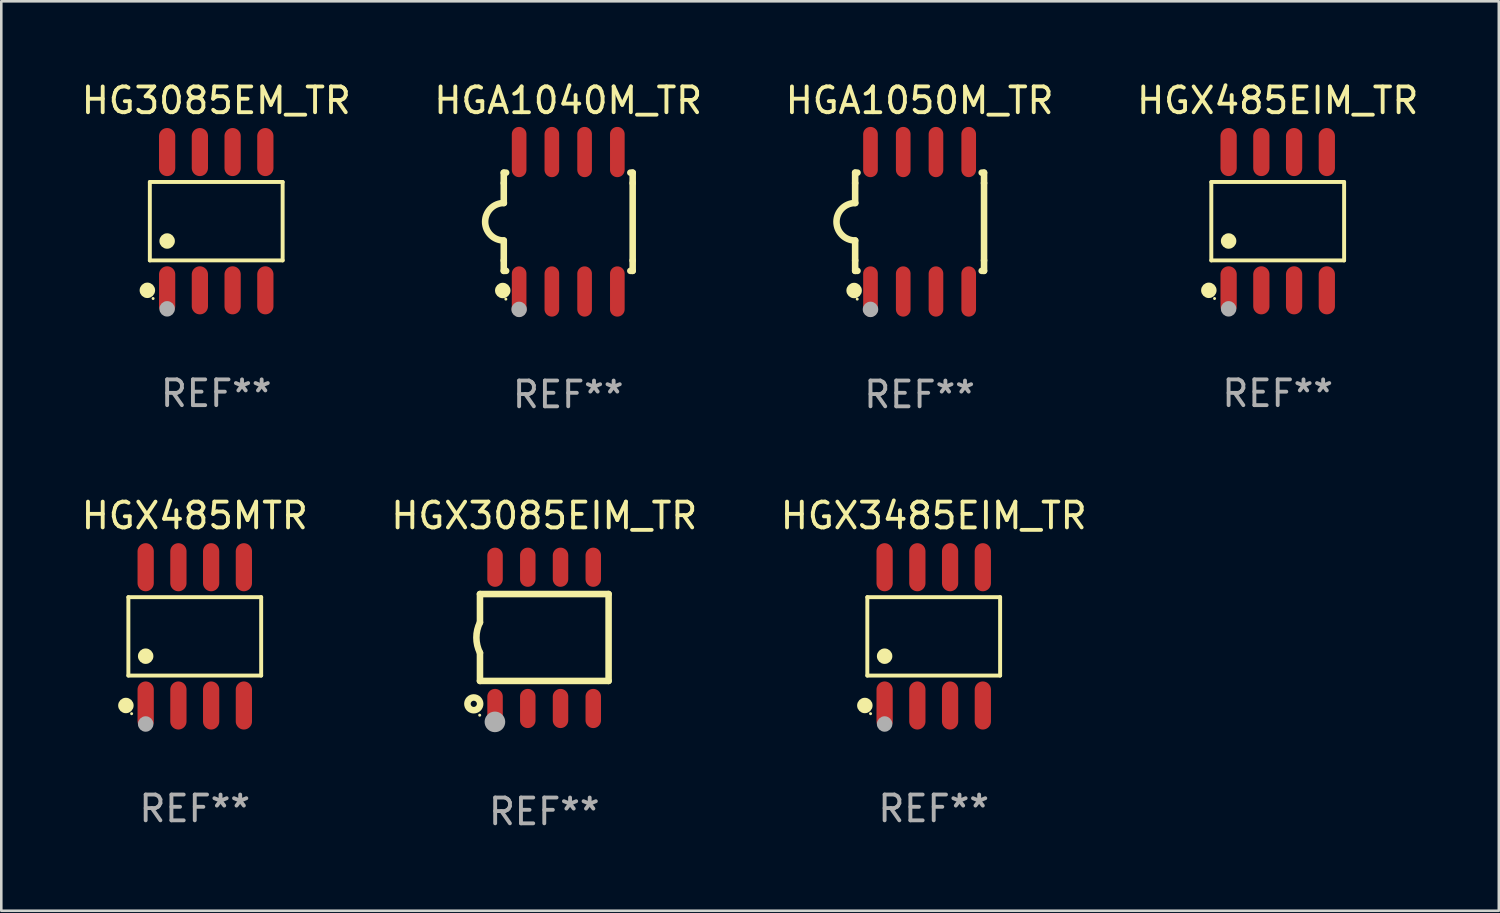
<source format=kicad_pcb>
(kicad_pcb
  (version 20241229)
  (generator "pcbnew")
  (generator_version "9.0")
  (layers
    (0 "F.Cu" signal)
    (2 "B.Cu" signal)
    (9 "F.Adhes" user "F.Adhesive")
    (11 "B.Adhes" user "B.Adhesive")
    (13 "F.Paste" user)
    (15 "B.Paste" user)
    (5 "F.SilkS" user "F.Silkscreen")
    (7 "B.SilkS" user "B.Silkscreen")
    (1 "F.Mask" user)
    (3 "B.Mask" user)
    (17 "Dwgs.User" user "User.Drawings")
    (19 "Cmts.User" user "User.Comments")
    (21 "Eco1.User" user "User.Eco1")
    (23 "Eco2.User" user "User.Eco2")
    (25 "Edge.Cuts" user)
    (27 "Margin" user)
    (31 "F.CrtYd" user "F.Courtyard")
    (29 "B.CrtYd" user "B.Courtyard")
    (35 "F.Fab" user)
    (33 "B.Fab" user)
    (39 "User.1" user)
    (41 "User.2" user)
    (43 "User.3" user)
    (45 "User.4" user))
  (footprint "HGX3485EIM_TR"
    (layer "F.Cu")
    (at 33.173 21.637)
    (property "Reference" "HGX3485EIM_TR" (at 0 -4.682 0) (layer "F.SilkS") (effects (font (size 1 1) (thickness 0.15))))
    (attr through_hole)
    (fp_line (start -2.576 -1.521) (end 2.576 -1.521) (stroke (width 0.152) (type solid)) (layer "F.SilkS"))
    (fp_line (start -2.576 1.521) (end -2.576 -1.521) (stroke (width 0.152) (type solid)) (layer "F.SilkS"))
    (fp_line (start 2.576 -1.521) (end 2.576 1.521) (stroke (width 0.152) (type solid)) (layer "F.SilkS"))
    (fp_line (start 2.576 1.521) (end -2.576 1.521) (stroke (width 0.152) (type solid)) (layer "F.SilkS"))
    (fp_circle (center -2.672 2.682) (end -2.522 2.682) (stroke (width 0.3) (type solid)) (fill no) (layer "F.SilkS"))
    (fp_circle (center -2.45 3) (end -2.42 3) (stroke (width 0.06) (type solid)) (fill no) (layer "F.SilkS"))
    (fp_circle (center -1.905 0.769) (end -1.755 0.769) (stroke (width 0.3) (type solid)) (fill no) (layer "F.SilkS"))
    (fp_circle (center -1.905 3.4) (end -1.755 3.4) (stroke (width 0.3) (type solid)) (fill no) (layer "F.Fab"))
    (fp_text user "REF**" (at 0 6.682 0) (layer "F.Fab") (effects (font (size 1 1) (thickness 0.15))))
    (pad "1" smd oval (at -1.905 2.682) (size 0.63 1.865) (layers "F.Cu" "F.Mask" "F.Paste"))
    (pad "2" smd oval (at -0.635 2.682) (size 0.63 1.865) (layers "F.Cu" "F.Mask" "F.Paste"))
    (pad "3" smd oval (at 0.635 2.682) (size 0.63 1.865) (layers "F.Cu" "F.Mask" "F.Paste"))
    (pad "4" smd oval (at 1.905 2.682) (size 0.63 1.865) (layers "F.Cu" "F.Mask" "F.Paste"))
    (pad "5" smd oval (at 1.905 -2.682) (size 0.63 1.865) (layers "F.Cu" "F.Mask" "F.Paste"))
    (pad "6" smd oval (at 0.635 -2.682) (size 0.63 1.865) (layers "F.Cu" "F.Mask" "F.Paste"))
    (pad "7" smd oval (at -0.635 -2.682) (size 0.63 1.865) (layers "F.Cu" "F.Mask" "F.Paste"))
    (pad "8" smd oval (at -1.905 -2.682) (size 0.63 1.865) (layers "F.Cu" "F.Mask" "F.Paste")))
  (footprint "HGX485EIM_TR"
    (layer "F.Cu")
    (at 46.518 5.531)
    (property "Reference" "HGX485EIM_TR" (at 0 -4.682 0) (layer "F.SilkS") (effects (font (size 1 1) (thickness 0.15))))
    (attr through_hole)
    (fp_line (start -2.576 -1.521) (end 2.576 -1.521) (stroke (width 0.152) (type solid)) (layer "F.SilkS"))
    (fp_line (start -2.576 1.521) (end -2.576 -1.521) (stroke (width 0.152) (type solid)) (layer "F.SilkS"))
    (fp_line (start 2.576 -1.521) (end 2.576 1.521) (stroke (width 0.152) (type solid)) (layer "F.SilkS"))
    (fp_line (start 2.576 1.521) (end -2.576 1.521) (stroke (width 0.152) (type solid)) (layer "F.SilkS"))
    (fp_circle (center -2.672 2.682) (end -2.522 2.682) (stroke (width 0.3) (type solid)) (fill no) (layer "F.SilkS"))
    (fp_circle (center -2.45 3) (end -2.42 3) (stroke (width 0.06) (type solid)) (fill no) (layer "F.SilkS"))
    (fp_circle (center -1.905 0.769) (end -1.755 0.769) (stroke (width 0.3) (type solid)) (fill no) (layer "F.SilkS"))
    (fp_circle (center -1.905 3.4) (end -1.755 3.4) (stroke (width 0.3) (type solid)) (fill no) (layer "F.Fab"))
    (fp_text user "REF**" (at 0 6.682 0) (layer "F.Fab") (effects (font (size 1 1) (thickness 0.15))))
    (pad "1" smd oval (at -1.905 2.682) (size 0.63 1.865) (layers "F.Cu" "F.Mask" "F.Paste"))
    (pad "2" smd oval (at -0.635 2.682) (size 0.63 1.865) (layers "F.Cu" "F.Mask" "F.Paste"))
    (pad "3" smd oval (at 0.635 2.682) (size 0.63 1.865) (layers "F.Cu" "F.Mask" "F.Paste"))
    (pad "4" smd oval (at 1.905 2.682) (size 0.63 1.865) (layers "F.Cu" "F.Mask" "F.Paste"))
    (pad "5" smd oval (at 1.905 -2.682) (size 0.63 1.865) (layers "F.Cu" "F.Mask" "F.Paste"))
    (pad "6" smd oval (at 0.635 -2.682) (size 0.63 1.865) (layers "F.Cu" "F.Mask" "F.Paste"))
    (pad "7" smd oval (at -0.635 -2.682) (size 0.63 1.865) (layers "F.Cu" "F.Mask" "F.Paste"))
    (pad "8" smd oval (at -1.905 -2.682) (size 0.63 1.865) (layers "F.Cu" "F.Mask" "F.Paste")))
  (footprint "HGA1040M_TR"
    (layer "F.Cu")
    (at 18.994 5.553)
    (property "Reference" "HGA1040M_TR" (at 0 -4.705 0) (layer "F.SilkS") (effects (font (size 1 1) (thickness 0.15))))
    (attr through_hole)
    (fp_line (start -2.5 -1.905) (end -2.409 -1.905) (stroke (width 0.254) (type solid)) (layer "F.SilkS"))
    (fp_line (start -2.5 -1.5) (end -2.5 -1.905) (stroke (width 0.254) (type solid)) (layer "F.SilkS"))
    (fp_line (start -2.5 -1.5) (end -2.5 -0.726) (stroke (width 0.254) (type solid)) (layer "F.SilkS"))
    (fp_line (start -2.5 1.5) (end -2.5 0.727) (stroke (width 0.254) (type solid)) (layer "F.SilkS"))
    (fp_line (start -2.5 1.5) (end -2.5 1.905) (stroke (width 0.254) (type solid)) (layer "F.SilkS"))
    (fp_line (start -2.5 1.905) (end -2.409 1.905) (stroke (width 0.254) (type solid)) (layer "F.SilkS"))
    (fp_line (start 2.5 -1.905) (end 2.409 -1.905) (stroke (width 0.254) (type solid)) (layer "F.SilkS"))
    (fp_line (start 2.5 -1.5) (end 2.5 -1.905) (stroke (width 0.254) (type solid)) (layer "F.SilkS"))
    (fp_line (start 2.5 -1.5) (end 2.5 1.5) (stroke (width 0.254) (type solid)) (layer "F.SilkS"))
    (fp_line (start 2.5 1.5) (end 2.5 1.905) (stroke (width 0.254) (type solid)) (layer "F.SilkS"))
    (fp_line (start 2.5 1.905) (end 2.409 1.905) (stroke (width 0.254) (type solid)) (layer "F.SilkS"))
    (fp_arc (start -2.5 0.726568) (mid -3.220316 -0.0023) (end -2.495097 -0.726289) (stroke (width 0.254001) (type solid)) (layer "F.SilkS"))
    (fp_circle (center -2.54 2.667) (end -2.39 2.667) (stroke (width 0.3) (type solid)) (fill no) (layer "F.SilkS"))
    (fp_circle (center -2.42 3) (end -2.39 3) (stroke (width 0.06) (type solid)) (fill no) (layer "F.SilkS"))
    (fp_circle (center -1.905 3.4) (end -1.755 3.4) (stroke (width 0.3) (type solid)) (fill no) (layer "F.Fab"))
    (fp_text user "REF**" (at 0 6.705 0) (layer "F.Fab") (effects (font (size 1 1) (thickness 0.15))))
    (pad "1" smd oval (at -1.905 2.705) (size 0.568 1.95) (layers "F.Cu" "F.Mask" "F.Paste"))
    (pad "2" smd oval (at -0.635 2.705) (size 0.568 1.95) (layers "F.Cu" "F.Mask" "F.Paste"))
    (pad "3" smd oval (at 0.635 2.705) (size 0.568 1.95) (layers "F.Cu" "F.Mask" "F.Paste"))
    (pad "4" smd oval (at 1.905 2.705) (size 0.568 1.95) (layers "F.Cu" "F.Mask" "F.Paste"))
    (pad "5" smd oval (at 1.905 -2.705) (size 0.568 1.95) (layers "F.Cu" "F.Mask" "F.Paste"))
    (pad "6" smd oval (at 0.635 -2.705) (size 0.568 1.95) (layers "F.Cu" "F.Mask" "F.Paste"))
    (pad "7" smd oval (at -0.635 -2.705) (size 0.568 1.95) (layers "F.Cu" "F.Mask" "F.Paste"))
    (pad "8" smd oval (at -1.905 -2.705) (size 0.568 1.95) (layers "F.Cu" "F.Mask" "F.Paste")))
  (footprint "HGX3085EIM_TR"
    (layer "F.Cu")
    (at 18.065 21.695)
    (property "Reference" "HGX3085EIM_TR" (at 0 -4.74 0) (layer "F.SilkS") (effects (font (size 1 1) (thickness 0.15))))
    (attr through_hole)
    (fp_line (start -2.495 -1.7) (end 2.495 -1.7) (stroke (width 0.254) (type solid)) (layer "F.SilkS"))
    (fp_line (start -2.495 -0.6) (end -2.495 -1.7) (stroke (width 0.254) (type solid)) (layer "F.SilkS"))
    (fp_line (start -2.495 1.671) (end -2.495 0.58) (stroke (width 0.254) (type solid)) (layer "F.SilkS"))
    (fp_line (start 2.495 -1.7) (end 2.495 1.671) (stroke (width 0.254) (type solid)) (layer "F.SilkS"))
    (fp_line (start 2.495 1.671) (end -2.495 1.671) (stroke (width 0.254) (type solid)) (layer "F.SilkS"))
    (fp_arc (start -2.495009 0.58001) (mid -2.634112 -0.009995) (end -2.495009 -0.6) (stroke (width 0.254001) (type solid)) (layer "F.SilkS"))
    (fp_circle (center -2.735 2.56) (end -2.615 2.56) (stroke (width 0.254) (type solid)) (fill no) (layer "F.SilkS"))
    (fp_circle (center -2.505 3) (end -2.475 3) (stroke (width 0.06) (type solid)) (fill no) (layer "F.SilkS"))
    (fp_circle (center -1.915 3.26) (end -1.715 3.26) (stroke (width 0.4) (type solid)) (fill no) (layer "F.Fab"))
    (fp_text user "REF**" (at 0 6.74 0) (layer "F.Fab") (effects (font (size 1 1) (thickness 0.15))))
    (pad "1" smd oval (at -1.91 2.74) (size 0.6 1.52) (layers "F.Cu" "F.Mask" "F.Paste"))
    (pad "2" smd oval (at -0.64 2.74) (size 0.6 1.52) (layers "F.Cu" "F.Mask" "F.Paste"))
    (pad "3" smd oval (at 0.63 2.74) (size 0.6 1.52) (layers "F.Cu" "F.Mask" "F.Paste"))
    (pad "4" smd oval (at 1.9 2.74) (size 0.6 1.52) (layers "F.Cu" "F.Mask" "F.Paste"))
    (pad "5" smd oval (at 1.9 -2.74) (size 0.6 1.52) (layers "F.Cu" "F.Mask" "F.Paste"))
    (pad "6" smd oval (at 0.63 -2.74) (size 0.6 1.52) (layers "F.Cu" "F.Mask" "F.Paste"))
    (pad "7" smd oval (at -0.64 -2.74) (size 0.6 1.52) (layers "F.Cu" "F.Mask" "F.Paste"))
    (pad "8" smd oval (at -1.91 -2.74) (size 0.6 1.52) (layers "F.Cu" "F.Mask" "F.Paste")))
  (footprint "HG3085EM_TR"
    (layer "F.Cu")
    (at 5.339 5.531)
    (property "Reference" "HG3085EM_TR" (at 0 -4.682 0) (layer "F.SilkS") (effects (font (size 1 1) (thickness 0.15))))
    (attr through_hole)
    (fp_line (start -2.576 -1.521) (end 2.576 -1.521) (stroke (width 0.152) (type solid)) (layer "F.SilkS"))
    (fp_line (start -2.576 1.521) (end -2.576 -1.521) (stroke (width 0.152) (type solid)) (layer "F.SilkS"))
    (fp_line (start 2.576 -1.521) (end 2.576 1.521) (stroke (width 0.152) (type solid)) (layer "F.SilkS"))
    (fp_line (start 2.576 1.521) (end -2.576 1.521) (stroke (width 0.152) (type solid)) (layer "F.SilkS"))
    (fp_circle (center -2.672 2.682) (end -2.522 2.682) (stroke (width 0.3) (type solid)) (fill no) (layer "F.SilkS"))
    (fp_circle (center -2.45 3) (end -2.42 3) (stroke (width 0.06) (type solid)) (fill no) (layer "F.SilkS"))
    (fp_circle (center -1.905 0.769) (end -1.755 0.769) (stroke (width 0.3) (type solid)) (fill no) (layer "F.SilkS"))
    (fp_circle (center -1.905 3.4) (end -1.755 3.4) (stroke (width 0.3) (type solid)) (fill no) (layer "F.Fab"))
    (fp_text user "REF**" (at 0 6.682 0) (layer "F.Fab") (effects (font (size 1 1) (thickness 0.15))))
    (pad "1" smd oval (at -1.905 2.682) (size 0.63 1.865) (layers "F.Cu" "F.Mask" "F.Paste"))
    (pad "2" smd oval (at -0.635 2.682) (size 0.63 1.865) (layers "F.Cu" "F.Mask" "F.Paste"))
    (pad "3" smd oval (at 0.635 2.682) (size 0.63 1.865) (layers "F.Cu" "F.Mask" "F.Paste"))
    (pad "4" smd oval (at 1.905 2.682) (size 0.63 1.865) (layers "F.Cu" "F.Mask" "F.Paste"))
    (pad "5" smd oval (at 1.905 -2.682) (size 0.63 1.865) (layers "F.Cu" "F.Mask" "F.Paste"))
    (pad "6" smd oval (at 0.635 -2.682) (size 0.63 1.865) (layers "F.Cu" "F.Mask" "F.Paste"))
    (pad "7" smd oval (at -0.635 -2.682) (size 0.63 1.865) (layers "F.Cu" "F.Mask" "F.Paste"))
    (pad "8" smd oval (at -1.905 -2.682) (size 0.63 1.865) (layers "F.Cu" "F.Mask" "F.Paste")))
  (footprint "HGX485MTR"
    (layer "F.Cu")
    (at 4.506 21.637)
    (property "Reference" "HGX485MTR" (at 0 -4.682 0) (layer "F.SilkS") (effects (font (size 1 1) (thickness 0.15))))
    (attr through_hole)
    (fp_line (start -2.576 -1.521) (end 2.576 -1.521) (stroke (width 0.152) (type solid)) (layer "F.SilkS"))
    (fp_line (start -2.576 1.521) (end -2.576 -1.521) (stroke (width 0.152) (type solid)) (layer "F.SilkS"))
    (fp_line (start 2.576 -1.521) (end 2.576 1.521) (stroke (width 0.152) (type solid)) (layer "F.SilkS"))
    (fp_line (start 2.576 1.521) (end -2.576 1.521) (stroke (width 0.152) (type solid)) (layer "F.SilkS"))
    (fp_circle (center -2.672 2.682) (end -2.522 2.682) (stroke (width 0.3) (type solid)) (fill no) (layer "F.SilkS"))
    (fp_circle (center -2.45 3) (end -2.42 3) (stroke (width 0.06) (type solid)) (fill no) (layer "F.SilkS"))
    (fp_circle (center -1.905 0.769) (end -1.755 0.769) (stroke (width 0.3) (type solid)) (fill no) (layer "F.SilkS"))
    (fp_circle (center -1.905 3.4) (end -1.755 3.4) (stroke (width 0.3) (type solid)) (fill no) (layer "F.Fab"))
    (fp_text user "REF**" (at 0 6.682 0) (layer "F.Fab") (effects (font (size 1 1) (thickness 0.15))))
    (pad "1" smd oval (at -1.905 2.682) (size 0.63 1.865) (layers "F.Cu" "F.Mask" "F.Paste"))
    (pad "2" smd oval (at -0.635 2.682) (size 0.63 1.865) (layers "F.Cu" "F.Mask" "F.Paste"))
    (pad "3" smd oval (at 0.635 2.682) (size 0.63 1.865) (layers "F.Cu" "F.Mask" "F.Paste"))
    (pad "4" smd oval (at 1.905 2.682) (size 0.63 1.865) (layers "F.Cu" "F.Mask" "F.Paste"))
    (pad "5" smd oval (at 1.905 -2.682) (size 0.63 1.865) (layers "F.Cu" "F.Mask" "F.Paste"))
    (pad "6" smd oval (at 0.635 -2.682) (size 0.63 1.865) (layers "F.Cu" "F.Mask" "F.Paste"))
    (pad "7" smd oval (at -0.635 -2.682) (size 0.63 1.865) (layers "F.Cu" "F.Mask" "F.Paste"))
    (pad "8" smd oval (at -1.905 -2.682) (size 0.63 1.865) (layers "F.Cu" "F.Mask" "F.Paste")))
  (footprint "HGA1050M_TR"
    (layer "F.Cu")
    (at 32.625 5.553)
    (property "Reference" "HGA1050M_TR" (at 0 -4.705 0) (layer "F.SilkS") (effects (font (size 1 1) (thickness 0.15))))
    (attr through_hole)
    (fp_line (start -2.5 -1.905) (end -2.409 -1.905) (stroke (width 0.254) (type solid)) (layer "F.SilkS"))
    (fp_line (start -2.5 -1.5) (end -2.5 -1.905) (stroke (width 0.254) (type solid)) (layer "F.SilkS"))
    (fp_line (start -2.5 -1.5) (end -2.5 -0.726) (stroke (width 0.254) (type solid)) (layer "F.SilkS"))
    (fp_line (start -2.5 1.5) (end -2.5 0.727) (stroke (width 0.254) (type solid)) (layer "F.SilkS"))
    (fp_line (start -2.5 1.5) (end -2.5 1.905) (stroke (width 0.254) (type solid)) (layer "F.SilkS"))
    (fp_line (start -2.5 1.905) (end -2.409 1.905) (stroke (width 0.254) (type solid)) (layer "F.SilkS"))
    (fp_line (start 2.5 -1.905) (end 2.409 -1.905) (stroke (width 0.254) (type solid)) (layer "F.SilkS"))
    (fp_line (start 2.5 -1.5) (end 2.5 -1.905) (stroke (width 0.254) (type solid)) (layer "F.SilkS"))
    (fp_line (start 2.5 -1.5) (end 2.5 1.5) (stroke (width 0.254) (type solid)) (layer "F.SilkS"))
    (fp_line (start 2.5 1.5) (end 2.5 1.905) (stroke (width 0.254) (type solid)) (layer "F.SilkS"))
    (fp_line (start 2.5 1.905) (end 2.409 1.905) (stroke (width 0.254) (type solid)) (layer "F.SilkS"))
    (fp_arc (start -2.5 0.726568) (mid -3.220316 -0.0023) (end -2.495097 -0.726289) (stroke (width 0.254001) (type solid)) (layer "F.SilkS"))
    (fp_circle (center -2.54 2.667) (end -2.39 2.667) (stroke (width 0.3) (type solid)) (fill no) (layer "F.SilkS"))
    (fp_circle (center -2.42 3) (end -2.39 3) (stroke (width 0.06) (type solid)) (fill no) (layer "F.SilkS"))
    (fp_circle (center -1.905 3.4) (end -1.755 3.4) (stroke (width 0.3) (type solid)) (fill no) (layer "F.Fab"))
    (fp_text user "REF**" (at 0 6.705 0) (layer "F.Fab") (effects (font (size 1 1) (thickness 0.15))))
    (pad "1" smd oval (at -1.905 2.705) (size 0.568 1.95) (layers "F.Cu" "F.Mask" "F.Paste"))
    (pad "2" smd oval (at -0.635 2.705) (size 0.568 1.95) (layers "F.Cu" "F.Mask" "F.Paste"))
    (pad "3" smd oval (at 0.635 2.705) (size 0.568 1.95) (layers "F.Cu" "F.Mask" "F.Paste"))
    (pad "4" smd oval (at 1.905 2.705) (size 0.568 1.95) (layers "F.Cu" "F.Mask" "F.Paste"))
    (pad "5" smd oval (at 1.905 -2.705) (size 0.568 1.95) (layers "F.Cu" "F.Mask" "F.Paste"))
    (pad "6" smd oval (at 0.635 -2.705) (size 0.568 1.95) (layers "F.Cu" "F.Mask" "F.Paste"))
    (pad "7" smd oval (at -0.635 -2.705) (size 0.568 1.95) (layers "F.Cu" "F.Mask" "F.Paste"))
    (pad "8" smd oval (at -1.905 -2.705) (size 0.568 1.95) (layers "F.Cu" "F.Mask" "F.Paste")))
  (gr_rect
    (start -3 -3)
    (end 55.095 32.283)
    (stroke (width 0.1) (type default))
    (fill no)
    (layer "Edge.Cuts")))
</source>
